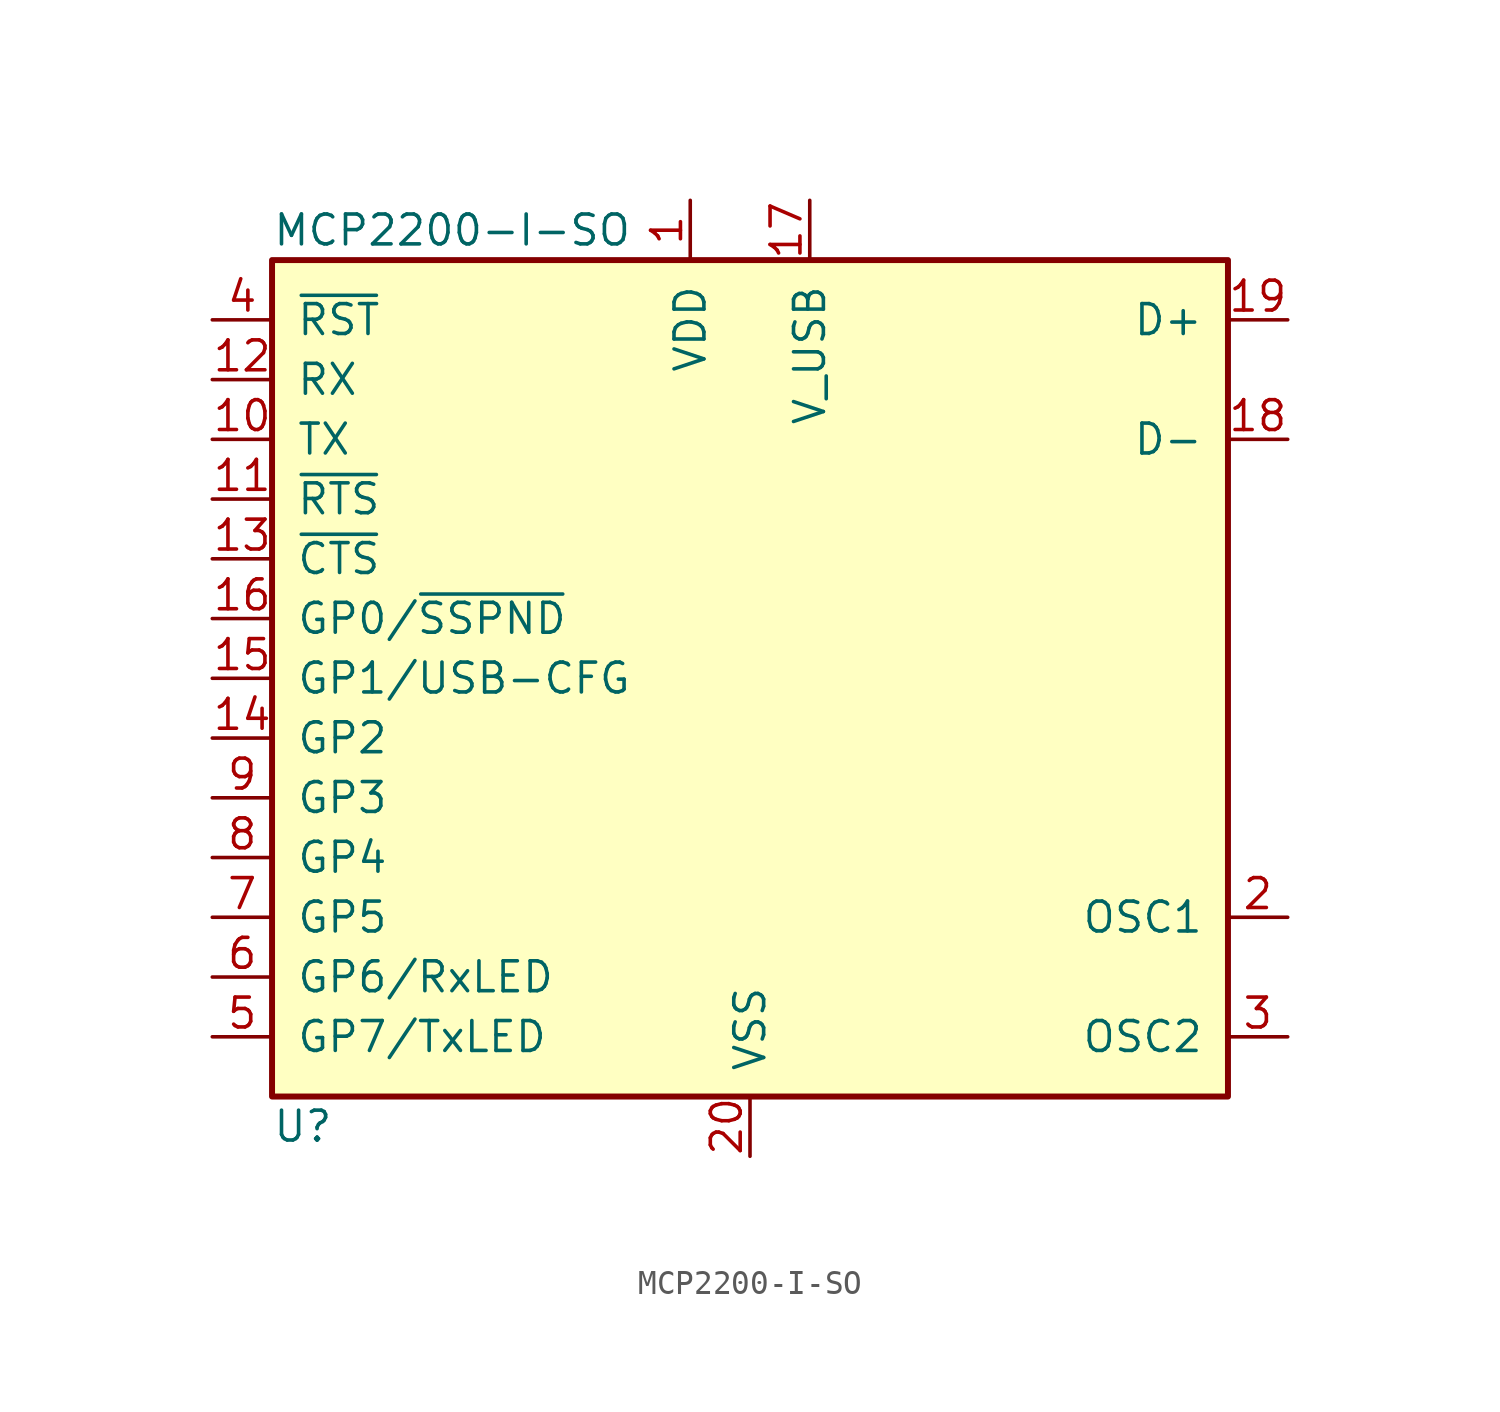
<source format=kicad_sym>
(kicad_symbol_lib
  (version 20241209)
  (generator "kicad_symbol_editor")
  (generator_version "9.0")
  (symbol "MCP2200-I-SO"
    (pin_names
      (offset 1.016))
    (property "Reference" "U"
      (at -20.32 -19.05 0)
      (effects (font (size 1.27 1.27)) (justify left)))
    (property "Value" "MCP2200-I-SO"
      (at -20.32 19.05 0)
      (effects (font (size 1.27 1.27)) (justify left)))
    (symbol "MCP2200-I-SO_0_1"
      (rectangle (start -20.32 17.78) (end 20.32 -17.78) (stroke (width 0.254) (type default)) (fill (type background))))
    (symbol "MCP2200-I-SO_1_1"
      (pin input line (at -22.86 15.24 0) (length 2.54) (name "~{RST}" (effects (font (size 1.27 1.27)))) (number "4" (effects (font (size 1.27 1.27)))))
      (pin input line (at -22.86 12.7 0) (length 2.54) (name "RX" (effects (font (size 1.27 1.27)))) (number "12" (effects (font (size 1.27 1.27)))))
      (pin output line (at -22.86 10.16 0) (length 2.54) (name "TX" (effects (font (size 1.27 1.27)))) (number "10" (effects (font (size 1.27 1.27)))))
      (pin output line (at -22.86 7.62 0) (length 2.54) (name "~{RTS}" (effects (font (size 1.27 1.27)))) (number "11" (effects (font (size 1.27 1.27)))))
      (pin input line (at -22.86 5.08 0) (length 2.54) (name "~{CTS}" (effects (font (size 1.27 1.27)))) (number "13" (effects (font (size 1.27 1.27)))))
      (pin bidirectional line (at -22.86 2.54 0) (length 2.54) (name "GP0/~{SSPND}" (effects (font (size 1.27 1.27)))) (number "16" (effects (font (size 1.27 1.27)))))
      (pin bidirectional line (at -22.86 0 0) (length 2.54) (name "GP1/USB-CFG" (effects (font (size 1.27 1.27)))) (number "15" (effects (font (size 1.27 1.27)))))
      (pin bidirectional line (at -22.86 -2.54 0) (length 2.54) (name "GP2" (effects (font (size 1.27 1.27)))) (number "14" (effects (font (size 1.27 1.27)))))
      (pin bidirectional line (at -22.86 -5.08 0) (length 2.54) (name "GP3" (effects (font (size 1.27 1.27)))) (number "9" (effects (font (size 1.27 1.27)))))
      (pin bidirectional line (at -22.86 -7.62 0) (length 2.54) (name "GP4" (effects (font (size 1.27 1.27)))) (number "8" (effects (font (size 1.27 1.27)))))
      (pin bidirectional line (at -22.86 -10.16 0) (length 2.54) (name "GP5" (effects (font (size 1.27 1.27)))) (number "7" (effects (font (size 1.27 1.27)))))
      (pin bidirectional line (at -22.86 -12.7 0) (length 2.54) (name "GP6/RxLED" (effects (font (size 1.27 1.27)))) (number "6" (effects (font (size 1.27 1.27)))))
      (pin bidirectional line (at -22.86 -15.24 0) (length 2.54) (name "GP7/TxLED" (effects (font (size 1.27 1.27)))) (number "5" (effects (font (size 1.27 1.27)))))
      (pin power_in line (at -2.54 20.32 270) (length 2.54) (name "VDD" (effects (font (size 1.27 1.27)))) (number "1" (effects (font (size 1.27 1.27)))))
      (pin power_in line (at 0 -20.32 90) (length 2.54) (name "VSS" (effects (font (size 1.27 1.27)))) (number "20" (effects (font (size 1.27 1.27)))))
      (pin power_in line (at 2.54 20.32 270) (length 2.54) (name "V_USB" (effects (font (size 1.27 1.27)))) (number "17" (effects (font (size 1.27 1.27)))))
      (pin bidirectional line (at 22.86 15.24 180) (length 2.54) (name "D+" (effects (font (size 1.27 1.27)))) (number "19" (effects (font (size 1.27 1.27)))))
      (pin bidirectional line (at 22.86 10.16 180) (length 2.54) (name "D-" (effects (font (size 1.27 1.27)))) (number "18" (effects (font (size 1.27 1.27)))))
      (pin input line (at 22.86 -10.16 180) (length 2.54) (name "OSC1" (effects (font (size 1.27 1.27)))) (number "2" (effects (font (size 1.27 1.27)))))
      (pin output line (at 22.86 -15.24 180) (length 2.54) (name "OSC2" (effects (font (size 1.27 1.27)))) (number "3" (effects (font (size 1.27 1.27))))))))
</source>
